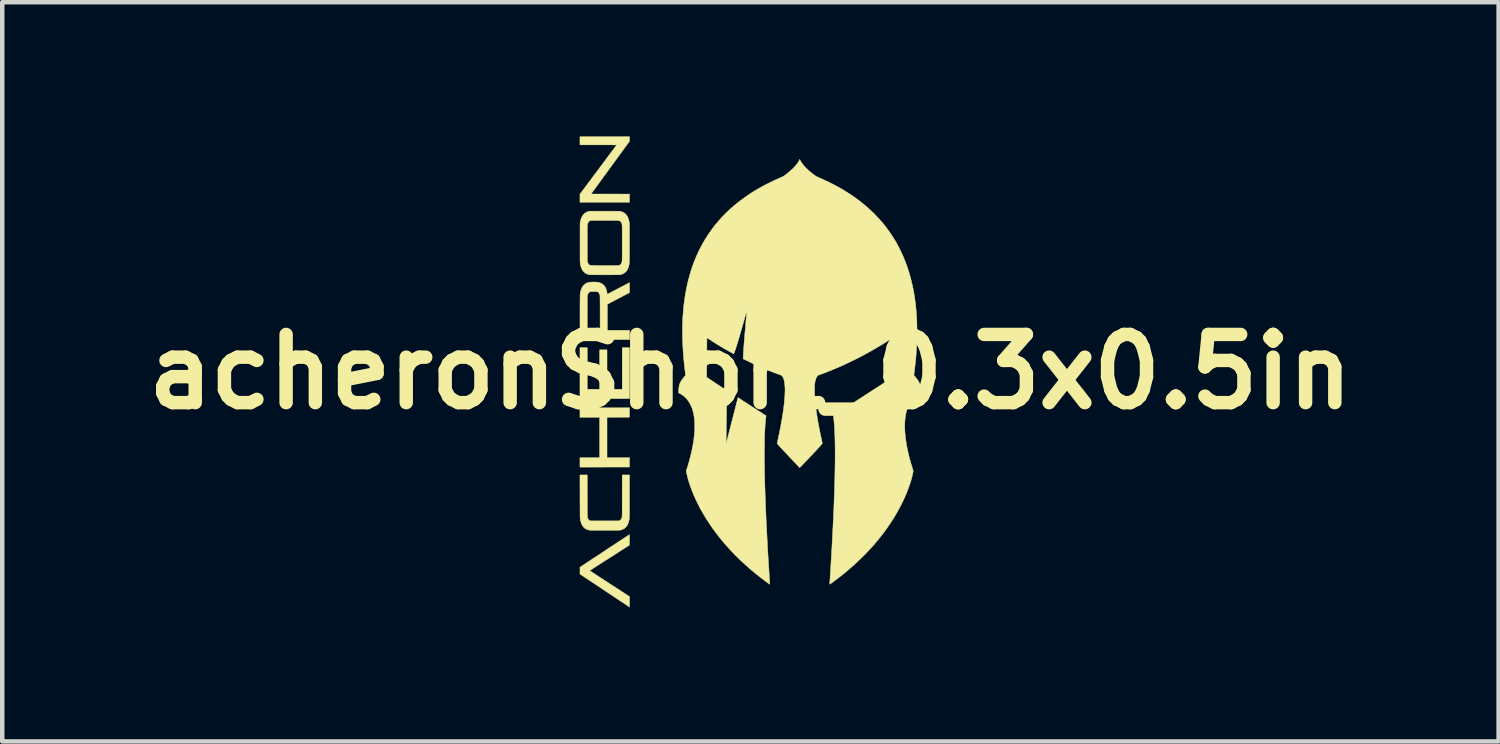
<source format=kicad_pcb>
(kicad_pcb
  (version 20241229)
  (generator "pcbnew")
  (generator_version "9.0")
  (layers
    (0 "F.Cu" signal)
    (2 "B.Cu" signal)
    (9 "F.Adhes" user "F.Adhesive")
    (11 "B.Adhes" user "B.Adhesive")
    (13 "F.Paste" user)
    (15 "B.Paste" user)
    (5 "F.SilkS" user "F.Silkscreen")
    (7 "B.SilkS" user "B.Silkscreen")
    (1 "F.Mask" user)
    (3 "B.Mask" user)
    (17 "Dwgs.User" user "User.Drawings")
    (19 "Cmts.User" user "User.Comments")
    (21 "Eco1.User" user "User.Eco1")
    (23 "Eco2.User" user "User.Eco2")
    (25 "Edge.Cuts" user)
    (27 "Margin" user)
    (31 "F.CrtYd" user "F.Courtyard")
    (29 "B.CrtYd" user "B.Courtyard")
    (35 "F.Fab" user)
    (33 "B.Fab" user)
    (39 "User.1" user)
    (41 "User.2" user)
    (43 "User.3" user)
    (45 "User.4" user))
  (footprint "acheronShort_0.3x0.5in"
    (layer "F.Cu")
    (at 13.723 5.26)
    (property "Reference" "acheronShort_0.3x0.5in" (at 0 0 0) (layer "F.SilkS") (effects (font (size 1.524 1.524) (thickness 0.3))))
    (attr through_hole)
    (fp_poly (pts (xy -3.647 0.391) (xy -3.37 0.391) (xy -3.37 -0.49) (xy -3.205 -0.49) (xy -3.205 0.391) (xy -2.865 0.391) (xy -2.865 -0.538) (xy -2.702 -0.538) (xy -2.702 0.599) (xy -3.81 0.599) (xy -3.81 -0.538) (xy -3.647 -0.538) (xy -3.647 0.391)) (stroke (width 0.01) (type solid)) (fill yes) (layer "F.SilkS"))
    (fp_poly (pts (xy -2.703 0.91) (xy -2.704 1.015) (xy -3.205 1.016) (xy -3.205 1.92) (xy -2.702 1.92) (xy -2.703 2.025) (xy -2.704 2.13) (xy -3.257 2.13) (xy -3.81 2.131) (xy -3.81 1.92) (xy -3.37 1.92) (xy -3.37 1.016) (xy -3.81 1.016) (xy -3.81 0.805) (xy -2.702 0.805) (xy -2.703 0.91)) (stroke (width 0.01) (type solid)) (fill yes) (layer "F.SilkS"))
    (fp_poly (pts (xy -2.702 -5.203) (xy -2.703 -5.152) (xy -3.133 -4.563) (xy -3.563 -3.973) (xy -3.133 -3.973) (xy -2.702 -3.972) (xy -2.702 -3.789) (xy -3.81 -3.789) (xy -3.81 -3.97) (xy -3.399 -4.52) (xy -3.364 -4.567) (xy -3.33 -4.613) (xy -3.297 -4.657) (xy -3.264 -4.701) (xy -3.233 -4.742) (xy -3.203 -4.783) (xy -3.175 -4.821) (xy -3.148 -4.857) (xy -3.123 -4.891) (xy -3.099 -4.922) (xy -3.078 -4.951) (xy -3.058 -4.977) (xy -3.041 -5.001) (xy -3.026 -5.021) (xy -3.013 -5.038) (xy -3.003 -5.052) (xy -2.996 -5.062) (xy -2.991 -5.068) (xy -2.989 -5.071) (xy -2.989 -5.071) (xy -2.992 -5.071) (xy -2.999 -5.071) (xy -3.011 -5.071) (xy -3.027 -5.071) (xy -3.047 -5.071) (xy -3.071 -5.071) (xy -3.098 -5.071) (xy -3.129 -5.072) (xy -3.162 -5.072) (xy -3.199 -5.072) (xy -3.237 -5.072) (xy -3.278 -5.072) (xy -3.321 -5.072) (xy -3.365 -5.072) (xy -3.399 -5.072) (xy -3.81 -5.072) (xy -3.81 -5.255) (xy -2.702 -5.255) (xy -2.702 -5.203)) (stroke (width 0.01) (type solid)) (fill yes) (layer "F.SilkS"))
    (fp_poly (pts (xy -2.703 3.642) (xy -2.703 3.649) (xy -2.703 3.66) (xy -2.703 3.675) (xy -2.703 3.693) (xy -2.703 3.713) (xy -2.703 3.735) (xy -2.703 3.757) (xy -2.704 3.874) (xy -3.148 4.159) (xy -3.203 4.194) (xy -3.254 4.226) (xy -3.301 4.256) (xy -3.343 4.284) (xy -3.382 4.309) (xy -3.417 4.331) (xy -3.449 4.352) (xy -3.477 4.37) (xy -3.502 4.386) (xy -3.523 4.4) (xy -3.541 4.412) (xy -3.556 4.422) (xy -3.569 4.43) (xy -3.578 4.437) (xy -3.585 4.441) (xy -3.589 4.444) (xy -3.59 4.446) (xy -3.59 4.446) (xy -3.588 4.448) (xy -3.581 4.452) (xy -3.571 4.459) (xy -3.557 4.468) (xy -3.54 4.479) (xy -3.519 4.493) (xy -3.495 4.508) (xy -3.469 4.526) (xy -3.439 4.545) (xy -3.408 4.566) (xy -3.374 4.588) (xy -3.338 4.611) (xy -3.3 4.636) (xy -3.26 4.662) (xy -3.219 4.688) (xy -3.177 4.716) (xy -3.145 4.737) (xy -2.702 5.025) (xy -2.702 5.141) (xy -2.702 5.165) (xy -2.702 5.187) (xy -2.702 5.207) (xy -2.702 5.224) (xy -2.703 5.238) (xy -2.703 5.249) (xy -2.703 5.255) (xy -2.703 5.257) (xy -2.705 5.256) (xy -2.711 5.252) (xy -2.721 5.245) (xy -2.735 5.236) (xy -2.752 5.224) (xy -2.773 5.211) (xy -2.797 5.195) (xy -2.824 5.177) (xy -2.853 5.157) (xy -2.886 5.136) (xy -2.921 5.113) (xy -2.958 5.088) (xy -2.997 5.062) (xy -3.038 5.035) (xy -3.081 5.006) (xy -3.126 4.976) (xy -3.172 4.946) (xy -3.219 4.915) (xy -3.256 4.889) (xy -3.809 4.522) (xy -3.809 4.445) (xy -3.81 4.369) (xy -3.257 4.004) (xy -3.209 3.972) (xy -3.162 3.941) (xy -3.117 3.911) (xy -3.072 3.882) (xy -3.03 3.854) (xy -2.989 3.827) (xy -2.95 3.801) (xy -2.914 3.777) (xy -2.879 3.755) (xy -2.847 3.734) (xy -2.818 3.715) (xy -2.792 3.697) (xy -2.769 3.682) (xy -2.749 3.669) (xy -2.732 3.658) (xy -2.72 3.65) (xy -2.71 3.644) (xy -2.705 3.64) (xy -2.704 3.639) (xy -2.703 3.642)) (stroke (width 0.01) (type solid)) (fill yes) (layer "F.SilkS"))
    (fp_poly (pts (xy -3.646 2.77) (xy -3.646 2.828) (xy -3.646 2.881) (xy -3.646 2.93) (xy -3.646 2.974) (xy -3.646 3.014) (xy -3.646 3.05) (xy -3.646 3.082) (xy -3.646 3.111) (xy -3.645 3.137) (xy -3.645 3.159) (xy -3.645 3.179) (xy -3.644 3.196) (xy -3.644 3.21) (xy -3.643 3.223) (xy -3.643 3.233) (xy -3.642 3.242) (xy -3.641 3.25) (xy -3.64 3.256) (xy -3.639 3.261) (xy -3.638 3.265) (xy -3.637 3.269) (xy -3.635 3.273) (xy -3.634 3.276) (xy -3.632 3.279) (xy -3.63 3.283) (xy -3.629 3.285) (xy -3.619 3.302) (xy -3.604 3.316) (xy -3.586 3.327) (xy -3.572 3.333) (xy -2.94 3.333) (xy -2.925 3.327) (xy -2.909 3.317) (xy -2.895 3.304) (xy -2.884 3.288) (xy -2.876 3.268) (xy -2.871 3.252) (xy -2.87 3.25) (xy -2.87 3.247) (xy -2.869 3.244) (xy -2.869 3.24) (xy -2.869 3.234) (xy -2.868 3.228) (xy -2.868 3.22) (xy -2.868 3.21) (xy -2.867 3.199) (xy -2.867 3.185) (xy -2.867 3.169) (xy -2.867 3.15) (xy -2.867 3.129) (xy -2.866 3.104) (xy -2.866 3.076) (xy -2.866 3.045) (xy -2.866 3.01) (xy -2.866 2.971) (xy -2.866 2.927) (xy -2.866 2.88) (xy -2.866 2.827) (xy -2.866 2.77) (xy -2.866 2.77) (xy -2.865 2.306) (xy -2.702 2.306) (xy -2.703 2.787) (xy -2.703 2.845) (xy -2.703 2.899) (xy -2.703 2.948) (xy -2.703 2.992) (xy -2.703 3.032) (xy -2.704 3.069) (xy -2.704 3.101) (xy -2.704 3.131) (xy -2.704 3.156) (xy -2.704 3.179) (xy -2.704 3.199) (xy -2.705 3.216) (xy -2.705 3.231) (xy -2.705 3.244) (xy -2.705 3.255) (xy -2.706 3.264) (xy -2.706 3.272) (xy -2.706 3.278) (xy -2.707 3.283) (xy -2.707 3.288) (xy -2.708 3.292) (xy -2.708 3.295) (xy -2.715 3.331) (xy -2.724 3.363) (xy -2.735 3.393) (xy -2.748 3.421) (xy -2.755 3.435) (xy -2.774 3.461) (xy -2.796 3.484) (xy -2.821 3.504) (xy -2.85 3.52) (xy -2.882 3.532) (xy -2.912 3.54) (xy -2.916 3.54) (xy -2.92 3.541) (xy -2.926 3.541) (xy -2.933 3.542) (xy -2.941 3.542) (xy -2.951 3.543) (xy -2.964 3.543) (xy -2.979 3.543) (xy -2.997 3.543) (xy -3.018 3.544) (xy -3.042 3.544) (xy -3.07 3.544) (xy -3.102 3.544) (xy -3.138 3.544) (xy -3.179 3.544) (xy -3.224 3.544) (xy -3.237 3.544) (xy -3.276 3.544) (xy -3.314 3.544) (xy -3.351 3.544) (xy -3.385 3.544) (xy -3.418 3.544) (xy -3.447 3.544) (xy -3.474 3.544) (xy -3.498 3.544) (xy -3.518 3.544) (xy -3.535 3.544) (xy -3.547 3.544) (xy -3.555 3.544) (xy -3.557 3.544) (xy -3.595 3.54) (xy -3.629 3.532) (xy -3.66 3.521) (xy -3.689 3.505) (xy -3.714 3.486) (xy -3.736 3.463) (xy -3.755 3.435) (xy -3.772 3.404) (xy -3.786 3.368) (xy -3.797 3.328) (xy -3.804 3.291) (xy -3.804 3.287) (xy -3.805 3.283) (xy -3.805 3.279) (xy -3.806 3.273) (xy -3.806 3.266) (xy -3.806 3.258) (xy -3.807 3.248) (xy -3.807 3.236) (xy -3.807 3.222) (xy -3.807 3.205) (xy -3.808 3.187) (xy -3.808 3.165) (xy -3.808 3.141) (xy -3.808 3.113) (xy -3.808 3.082) (xy -3.808 3.047) (xy -3.808 3.008) (xy -3.809 2.965) (xy -3.809 2.918) (xy -3.809 2.867) (xy -3.809 2.81) (xy -3.809 2.785) (xy -3.81 2.306) (xy -3.647 2.306) (xy -3.646 2.77)) (stroke (width 0.01) (type solid)) (fill yes) (layer "F.SilkS"))
    (fp_poly (pts (xy -3.461 -2.006) (xy -3.445 -2.005) (xy -3.436 -2.004) (xy -3.4 -1.999) (xy -3.369 -1.991) (xy -3.34 -1.979) (xy -3.312 -1.963) (xy -3.311 -1.962) (xy -3.287 -1.944) (xy -3.266 -1.923) (xy -3.249 -1.899) (xy -3.234 -1.871) (xy -3.221 -1.84) (xy -3.211 -1.804) (xy -3.204 -1.764) (xy -3.203 -1.761) (xy -3.199 -1.732) (xy -2.952 -1.862) (xy -2.92 -1.879) (xy -2.888 -1.896) (xy -2.858 -1.911) (xy -2.829 -1.926) (xy -2.803 -1.94) (xy -2.78 -1.952) (xy -2.759 -1.963) (xy -2.741 -1.972) (xy -2.726 -1.98) (xy -2.715 -1.986) (xy -2.707 -1.99) (xy -2.704 -1.991) (xy -2.704 -1.991) (xy -2.704 -1.989) (xy -2.703 -1.982) (xy -2.703 -1.971) (xy -2.703 -1.956) (xy -2.703 -1.938) (xy -2.702 -1.918) (xy -2.702 -1.896) (xy -2.702 -1.881) (xy -2.702 -1.77) (xy -2.713 -1.764) (xy -2.717 -1.762) (xy -2.725 -1.758) (xy -2.736 -1.752) (xy -2.752 -1.744) (xy -2.77 -1.734) (xy -2.792 -1.723) (xy -2.816 -1.71) (xy -2.842 -1.696) (xy -2.871 -1.681) (xy -2.901 -1.665) (xy -2.932 -1.649) (xy -2.955 -1.637) (xy -2.987 -1.62) (xy -3.018 -1.604) (xy -3.047 -1.589) (xy -3.074 -1.574) (xy -3.1 -1.561) (xy -3.123 -1.549) (xy -3.143 -1.538) (xy -3.16 -1.529) (xy -3.174 -1.522) (xy -3.184 -1.516) (xy -3.19 -1.513) (xy -3.192 -1.512) (xy -3.198 -1.508) (xy -3.198 -0.927) (xy -2.702 -0.927) (xy -2.702 -0.719) (xy -3.81 -0.719) (xy -3.809 -0.927) (xy -3.647 -0.927) (xy -3.36 -0.927) (xy -3.36 -1.306) (xy -3.36 -1.359) (xy -3.36 -1.407) (xy -3.36 -1.451) (xy -3.36 -1.49) (xy -3.36 -1.525) (xy -3.361 -1.557) (xy -3.361 -1.584) (xy -3.361 -1.608) (xy -3.361 -1.629) (xy -3.361 -1.647) (xy -3.362 -1.661) (xy -3.362 -1.674) (xy -3.362 -1.684) (xy -3.363 -1.692) (xy -3.363 -1.698) (xy -3.363 -1.702) (xy -3.364 -1.704) (xy -3.369 -1.728) (xy -3.377 -1.748) (xy -3.388 -1.764) (xy -3.401 -1.777) (xy -3.415 -1.785) (xy -3.432 -1.794) (xy -3.575 -1.794) (xy -3.589 -1.787) (xy -3.606 -1.776) (xy -3.62 -1.761) (xy -3.631 -1.742) (xy -3.64 -1.719) (xy -3.641 -1.713) (xy -3.642 -1.71) (xy -3.642 -1.707) (xy -3.643 -1.703) (xy -3.643 -1.697) (xy -3.644 -1.691) (xy -3.644 -1.683) (xy -3.644 -1.673) (xy -3.645 -1.66) (xy -3.645 -1.646) (xy -3.645 -1.629) (xy -3.645 -1.609) (xy -3.645 -1.586) (xy -3.646 -1.56) (xy -3.646 -1.53) (xy -3.646 -1.497) (xy -3.646 -1.459) (xy -3.646 -1.417) (xy -3.646 -1.371) (xy -3.646 -1.32) (xy -3.646 -1.311) (xy -3.647 -0.927) (xy -3.809 -0.927) (xy -3.809 -1.222) (xy -3.809 -1.283) (xy -3.809 -1.339) (xy -3.809 -1.39) (xy -3.809 -1.436) (xy -3.809 -1.479) (xy -3.808 -1.518) (xy -3.808 -1.552) (xy -3.808 -1.584) (xy -3.808 -1.612) (xy -3.808 -1.637) (xy -3.807 -1.659) (xy -3.807 -1.679) (xy -3.807 -1.696) (xy -3.806 -1.711) (xy -3.806 -1.724) (xy -3.805 -1.735) (xy -3.804 -1.745) (xy -3.803 -1.754) (xy -3.803 -1.761) (xy -3.802 -1.768) (xy -3.8 -1.774) (xy -3.799 -1.78) (xy -3.798 -1.786) (xy -3.796 -1.791) (xy -3.795 -1.797) (xy -3.793 -1.804) (xy -3.792 -1.807) (xy -3.782 -1.84) (xy -3.771 -1.868) (xy -3.757 -1.893) (xy -3.741 -1.916) (xy -3.722 -1.938) (xy -3.714 -1.946) (xy -3.694 -1.962) (xy -3.673 -1.976) (xy -3.65 -1.987) (xy -3.623 -1.995) (xy -3.604 -2) (xy -3.594 -2.002) (xy -3.579 -2.003) (xy -3.562 -2.004) (xy -3.542 -2.005) (xy -3.522 -2.006) (xy -3.5 -2.006) (xy -3.48 -2.006) (xy -3.461 -2.006)) (stroke (width 0.01) (type solid)) (fill yes) (layer "F.SilkS"))
    (fp_poly (pts (xy -3.21 -3.59) (xy -3.167 -3.59) (xy -3.128 -3.59) (xy -3.093 -3.59) (xy -3.062 -3.59) (xy -3.035 -3.59) (xy -3.012 -3.59) (xy -2.992 -3.589) (xy -2.974 -3.589) (xy -2.959 -3.589) (xy -2.947 -3.589) (xy -2.937 -3.589) (xy -2.928 -3.588) (xy -2.921 -3.588) (xy -2.916 -3.587) (xy -2.911 -3.587) (xy -2.908 -3.586) (xy -2.904 -3.586) (xy -2.902 -3.585) (xy -2.87 -3.576) (xy -2.843 -3.564) (xy -2.818 -3.549) (xy -2.795 -3.53) (xy -2.786 -3.521) (xy -2.765 -3.496) (xy -2.748 -3.468) (xy -2.733 -3.437) (xy -2.721 -3.401) (xy -2.712 -3.362) (xy -2.708 -3.34) (xy -2.708 -3.336) (xy -2.707 -3.332) (xy -2.707 -3.327) (xy -2.706 -3.321) (xy -2.706 -3.315) (xy -2.705 -3.307) (xy -2.705 -3.297) (xy -2.705 -3.286) (xy -2.705 -3.273) (xy -2.704 -3.257) (xy -2.704 -3.239) (xy -2.704 -3.219) (xy -2.704 -3.195) (xy -2.704 -3.168) (xy -2.704 -3.138) (xy -2.704 -3.104) (xy -2.704 -3.067) (xy -2.704 -3.025) (xy -2.704 -2.978) (xy -2.704 -2.927) (xy -2.704 -2.881) (xy -2.704 -2.825) (xy -2.704 -2.774) (xy -2.704 -2.728) (xy -2.704 -2.686) (xy -2.704 -2.648) (xy -2.704 -2.613) (xy -2.704 -2.583) (xy -2.704 -2.555) (xy -2.704 -2.531) (xy -2.704 -2.51) (xy -2.705 -2.491) (xy -2.705 -2.475) (xy -2.706 -2.461) (xy -2.706 -2.448) (xy -2.707 -2.437) (xy -2.707 -2.428) (xy -2.708 -2.42) (xy -2.709 -2.412) (xy -2.71 -2.406) (xy -2.711 -2.399) (xy -2.712 -2.393) (xy -2.713 -2.387) (xy -2.715 -2.38) (xy -2.715 -2.377) (xy -2.724 -2.347) (xy -2.735 -2.317) (xy -2.748 -2.288) (xy -2.763 -2.262) (xy -2.771 -2.252) (xy -2.79 -2.23) (xy -2.814 -2.211) (xy -2.84 -2.195) (xy -2.87 -2.182) (xy -2.892 -2.175) (xy -2.917 -2.168) (xy -3.247 -2.167) (xy -3.288 -2.167) (xy -3.327 -2.167) (xy -3.366 -2.167) (xy -3.402 -2.167) (xy -3.436 -2.168) (xy -3.467 -2.168) (xy -3.496 -2.168) (xy -3.522 -2.168) (xy -3.544 -2.168) (xy -3.562 -2.168) (xy -3.577 -2.169) (xy -3.586 -2.169) (xy -3.592 -2.169) (xy -3.592 -2.169) (xy -3.626 -2.176) (xy -3.658 -2.188) (xy -3.686 -2.203) (xy -3.712 -2.223) (xy -3.724 -2.234) (xy -3.743 -2.257) (xy -3.76 -2.282) (xy -3.774 -2.31) (xy -3.786 -2.341) (xy -3.795 -2.376) (xy -3.803 -2.416) (xy -3.804 -2.42) (xy -3.804 -2.424) (xy -3.805 -2.429) (xy -3.805 -2.433) (xy -3.806 -2.439) (xy -3.806 -2.445) (xy -3.807 -2.453) (xy -3.807 -2.462) (xy -3.807 -2.473) (xy -3.807 -2.486) (xy -3.808 -2.501) (xy -3.808 -2.519) (xy -3.808 -2.539) (xy -3.808 -2.562) (xy -3.808 -2.588) (xy -3.808 -2.618) (xy -3.808 -2.651) (xy -3.808 -2.689) (xy -3.808 -2.73) (xy -3.808 -2.776) (xy -3.808 -2.826) (xy -3.808 -2.879) (xy -3.646 -2.879) (xy -3.646 -2.826) (xy -3.646 -2.778) (xy -3.646 -2.735) (xy -3.646 -2.696) (xy -3.646 -2.661) (xy -3.646 -2.63) (xy -3.646 -2.602) (xy -3.645 -2.578) (xy -3.645 -2.557) (xy -3.645 -2.539) (xy -3.645 -2.524) (xy -3.645 -2.511) (xy -3.645 -2.5) (xy -3.644 -2.49) (xy -3.644 -2.483) (xy -3.644 -2.477) (xy -3.643 -2.472) (xy -3.643 -2.468) (xy -3.642 -2.464) (xy -3.641 -2.461) (xy -3.641 -2.46) (xy -3.634 -2.436) (xy -3.625 -2.417) (xy -3.614 -2.401) (xy -3.599 -2.39) (xy -3.582 -2.382) (xy -3.573 -2.379) (xy -3.569 -2.378) (xy -3.559 -2.378) (xy -3.545 -2.377) (xy -3.528 -2.377) (xy -3.507 -2.376) (xy -3.482 -2.376) (xy -3.455 -2.375) (xy -3.426 -2.375) (xy -3.395 -2.375) (xy -3.362 -2.375) (xy -3.328 -2.375) (xy -3.293 -2.375) (xy -3.257 -2.374) (xy -3.222 -2.374) (xy -3.187 -2.374) (xy -3.153 -2.375) (xy -3.12 -2.375) (xy -3.089 -2.375) (xy -3.059 -2.375) (xy -3.032 -2.375) (xy -3.008 -2.376) (xy -2.987 -2.376) (xy -2.969 -2.377) (xy -2.955 -2.377) (xy -2.945 -2.378) (xy -2.941 -2.378) (xy -2.921 -2.385) (xy -2.905 -2.395) (xy -2.892 -2.41) (xy -2.881 -2.428) (xy -2.873 -2.451) (xy -2.871 -2.461) (xy -2.87 -2.464) (xy -2.87 -2.468) (xy -2.869 -2.472) (xy -2.869 -2.476) (xy -2.868 -2.482) (xy -2.868 -2.489) (xy -2.868 -2.498) (xy -2.867 -2.508) (xy -2.867 -2.521) (xy -2.867 -2.535) (xy -2.867 -2.553) (xy -2.866 -2.573) (xy -2.866 -2.596) (xy -2.866 -2.622) (xy -2.866 -2.652) (xy -2.866 -2.686) (xy -2.866 -2.724) (xy -2.866 -2.766) (xy -2.866 -2.812) (xy -2.866 -2.864) (xy -2.866 -2.879) (xy -2.866 -2.931) (xy -2.866 -2.979) (xy -2.866 -3.023) (xy -2.866 -3.061) (xy -2.866 -3.096) (xy -2.866 -3.127) (xy -2.866 -3.155) (xy -2.866 -3.179) (xy -2.867 -3.199) (xy -2.867 -3.218) (xy -2.867 -3.233) (xy -2.867 -3.246) (xy -2.867 -3.257) (xy -2.868 -3.266) (xy -2.868 -3.274) (xy -2.868 -3.28) (xy -2.869 -3.285) (xy -2.869 -3.289) (xy -2.87 -3.292) (xy -2.871 -3.295) (xy -2.871 -3.296) (xy -2.878 -3.321) (xy -2.887 -3.341) (xy -2.9 -3.357) (xy -2.915 -3.369) (xy -2.933 -3.377) (xy -2.945 -3.38) (xy -2.949 -3.381) (xy -2.956 -3.381) (xy -2.967 -3.382) (xy -2.981 -3.382) (xy -2.999 -3.382) (xy -3.021 -3.382) (xy -3.047 -3.382) (xy -3.077 -3.383) (xy -3.111 -3.383) (xy -3.15 -3.383) (xy -3.193 -3.383) (xy -3.242 -3.382) (xy -3.265 -3.382) (xy -3.57 -3.382) (xy -3.585 -3.376) (xy -3.602 -3.366) (xy -3.616 -3.353) (xy -3.628 -3.336) (xy -3.637 -3.314) (xy -3.641 -3.298) (xy -3.642 -3.295) (xy -3.642 -3.292) (xy -3.643 -3.288) (xy -3.643 -3.284) (xy -3.644 -3.279) (xy -3.644 -3.272) (xy -3.644 -3.264) (xy -3.645 -3.254) (xy -3.645 -3.242) (xy -3.645 -3.228) (xy -3.645 -3.212) (xy -3.645 -3.192) (xy -3.646 -3.17) (xy -3.646 -3.145) (xy -3.646 -3.116) (xy -3.646 -3.083) (xy -3.646 -3.047) (xy -3.646 -3.006) (xy -3.646 -2.961) (xy -3.646 -2.911) (xy -3.646 -2.879) (xy -3.808 -2.879) (xy -3.808 -2.934) (xy -3.808 -2.984) (xy -3.808 -3.029) (xy -3.808 -3.071) (xy -3.808 -3.108) (xy -3.808 -3.141) (xy -3.808 -3.17) (xy -3.808 -3.197) (xy -3.808 -3.22) (xy -3.808 -3.24) (xy -3.808 -3.257) (xy -3.807 -3.272) (xy -3.807 -3.285) (xy -3.807 -3.296) (xy -3.807 -3.305) (xy -3.806 -3.313) (xy -3.806 -3.319) (xy -3.805 -3.324) (xy -3.805 -3.329) (xy -3.804 -3.333) (xy -3.804 -3.337) (xy -3.796 -3.376) (xy -3.787 -3.411) (xy -3.776 -3.443) (xy -3.762 -3.471) (xy -3.746 -3.496) (xy -3.739 -3.505) (xy -3.72 -3.527) (xy -3.701 -3.544) (xy -3.68 -3.559) (xy -3.657 -3.57) (xy -3.63 -3.58) (xy -3.62 -3.583) (xy -3.595 -3.59) (xy -3.258 -3.59) (xy -3.21 -3.59)) (stroke (width 0.01) (type solid)) (fill yes) (layer "F.SilkS"))
    (fp_poly (pts (xy 1.113 -4.726) (xy 1.133 -4.692) (xy 1.156 -4.656) (xy 1.185 -4.62) (xy 1.217 -4.582) (xy 1.254 -4.545) (xy 1.295 -4.506) (xy 1.339 -4.468) (xy 1.387 -4.429) (xy 1.408 -4.413) (xy 1.426 -4.4) (xy 1.441 -4.389) (xy 1.453 -4.38) (xy 1.464 -4.372) (xy 1.475 -4.366) (xy 1.485 -4.361) (xy 1.497 -4.355) (xy 1.51 -4.349) (xy 1.527 -4.342) (xy 1.527 -4.342) (xy 1.604 -4.308) (xy 1.682 -4.272) (xy 1.76 -4.235) (xy 1.837 -4.196) (xy 1.911 -4.157) (xy 1.982 -4.119) (xy 2.009 -4.104) (xy 2.116 -4.04) (xy 2.219 -3.975) (xy 2.317 -3.909) (xy 2.412 -3.84) (xy 2.503 -3.769) (xy 2.59 -3.696) (xy 2.675 -3.62) (xy 2.758 -3.541) (xy 2.767 -3.532) (xy 2.825 -3.472) (xy 2.879 -3.414) (xy 2.931 -3.356) (xy 2.981 -3.296) (xy 3.03 -3.234) (xy 3.054 -3.201) (xy 3.126 -3.102) (xy 3.193 -2.999) (xy 3.257 -2.894) (xy 3.316 -2.786) (xy 3.371 -2.674) (xy 3.422 -2.56) (xy 3.47 -2.442) (xy 3.513 -2.322) (xy 3.552 -2.198) (xy 3.587 -2.071) (xy 3.618 -1.942) (xy 3.646 -1.809) (xy 3.669 -1.673) (xy 3.688 -1.534) (xy 3.703 -1.392) (xy 3.714 -1.247) (xy 3.721 -1.099) (xy 3.724 -0.947) (xy 3.723 -0.793) (xy 3.723 -0.792) (xy 3.721 -0.692) (xy 3.717 -0.594) (xy 3.711 -0.497) (xy 3.705 -0.4) (xy 3.697 -0.301) (xy 3.687 -0.2) (xy 3.675 -0.096) (xy 3.666 -0.017) (xy 3.654 0.076) (xy 3.691 0.121) (xy 3.715 0.152) (xy 3.736 0.18) (xy 3.753 0.206) (xy 3.768 0.231) (xy 3.779 0.256) (xy 3.789 0.28) (xy 3.796 0.306) (xy 3.801 0.333) (xy 3.805 0.362) (xy 3.807 0.395) (xy 3.809 0.424) (xy 3.81 0.471) (xy 3.785 0.484) (xy 3.746 0.506) (xy 3.711 0.531) (xy 3.678 0.558) (xy 3.65 0.584) (xy 3.625 0.611) (xy 3.603 0.638) (xy 3.584 0.666) (xy 3.565 0.696) (xy 3.547 0.729) (xy 3.543 0.737) (xy 3.519 0.79) (xy 3.499 0.847) (xy 3.482 0.908) (xy 3.469 0.973) (xy 3.459 1.041) (xy 3.452 1.113) (xy 3.449 1.188) (xy 3.45 1.267) (xy 3.454 1.35) (xy 3.462 1.436) (xy 3.473 1.526) (xy 3.486 1.611) (xy 3.498 1.68) (xy 3.513 1.753) (xy 3.53 1.827) (xy 3.548 1.903) (xy 3.568 1.978) (xy 3.59 2.053) (xy 3.612 2.126) (xy 3.613 2.13) (xy 3.618 2.146) (xy 3.623 2.162) (xy 3.628 2.177) (xy 3.632 2.19) (xy 3.634 2.197) (xy 3.64 2.218) (xy 3.633 2.254) (xy 3.619 2.319) (xy 3.601 2.388) (xy 3.581 2.46) (xy 3.556 2.533) (xy 3.529 2.609) (xy 3.5 2.686) (xy 3.467 2.764) (xy 3.432 2.843) (xy 3.395 2.921) (xy 3.355 3) (xy 3.329 3.049) (xy 3.261 3.172) (xy 3.188 3.292) (xy 3.11 3.412) (xy 3.028 3.53) (xy 2.941 3.646) (xy 2.849 3.761) (xy 2.753 3.875) (xy 2.652 3.986) (xy 2.547 4.096) (xy 2.437 4.203) (xy 2.324 4.309) (xy 2.206 4.413) (xy 2.085 4.514) (xy 1.959 4.614) (xy 1.833 4.708) (xy 1.818 4.719) (xy 1.804 4.728) (xy 1.792 4.736) (xy 1.783 4.743) (xy 1.777 4.747) (xy 1.774 4.748) (xy 1.773 4.748) (xy 1.773 4.746) (xy 1.773 4.738) (xy 1.774 4.727) (xy 1.775 4.711) (xy 1.776 4.693) (xy 1.777 4.672) (xy 1.778 4.648) (xy 1.78 4.622) (xy 1.781 4.6) (xy 1.793 4.416) (xy 1.804 4.236) (xy 1.814 4.06) (xy 1.824 3.888) (xy 1.833 3.72) (xy 1.841 3.556) (xy 1.849 3.396) (xy 1.857 3.241) (xy 1.863 3.089) (xy 1.869 2.942) (xy 1.874 2.799) (xy 1.879 2.661) (xy 1.883 2.527) (xy 1.887 2.397) (xy 1.889 2.272) (xy 1.891 2.151) (xy 1.893 2.035) (xy 1.894 1.924) (xy 1.894 1.818) (xy 1.894 1.716) (xy 1.892 1.619) (xy 1.891 1.527) (xy 1.888 1.439) (xy 1.885 1.357) (xy 1.882 1.286) (xy 1.88 1.258) (xy 1.878 1.228) (xy 1.876 1.197) (xy 1.874 1.165) (xy 1.871 1.135) (xy 1.868 1.105) (xy 1.866 1.077) (xy 1.863 1.052) (xy 1.861 1.03) (xy 1.858 1.011) (xy 1.857 1.001) (xy 1.856 0.991) (xy 1.856 0.986) (xy 1.857 0.984) (xy 1.86 0.982) (xy 1.866 0.978) (xy 1.876 0.971) (xy 1.89 0.962) (xy 1.907 0.951) (xy 1.928 0.938) (xy 1.952 0.922) (xy 1.978 0.905) (xy 2.007 0.886) (xy 2.039 0.865) (xy 2.073 0.843) (xy 2.109 0.82) (xy 2.147 0.795) (xy 2.186 0.77) (xy 2.227 0.743) (xy 2.269 0.716) (xy 2.312 0.688) (xy 2.356 0.659) (xy 2.401 0.63) (xy 2.446 0.601) (xy 2.492 0.571) (xy 2.537 0.541) (xy 2.582 0.512) (xy 2.627 0.483) (xy 2.672 0.454) (xy 2.715 0.426) (xy 2.758 0.398) (xy 2.8 0.371) (xy 2.84 0.345) (xy 2.879 0.32) (xy 2.916 0.296) (xy 2.95 0.273) (xy 2.983 0.252) (xy 3.014 0.232) (xy 3.042 0.214) (xy 3.067 0.198) (xy 3.089 0.183) (xy 3.108 0.171) (xy 3.124 0.161) (xy 3.136 0.153) (xy 3.142 0.149) (xy 3.182 0.123) (xy 3.182 -0.053) (xy 3.182 -0.092) (xy 3.182 -0.133) (xy 3.182 -0.175) (xy 3.182 -0.217) (xy 3.181 -0.26) (xy 3.181 -0.302) (xy 3.181 -0.345) (xy 3.181 -0.387) (xy 3.18 -0.429) (xy 3.18 -0.469) (xy 3.18 -0.508) (xy 3.18 -0.545) (xy 3.179 -0.58) (xy 3.179 -0.613) (xy 3.179 -0.644) (xy 3.179 -0.671) (xy 3.178 -0.695) (xy 3.178 -0.716) (xy 3.178 -0.733) (xy 3.177 -0.746) (xy 3.177 -0.754) (xy 3.177 -0.758) (xy 3.177 -0.758) (xy 3.174 -0.757) (xy 3.168 -0.754) (xy 3.159 -0.748) (xy 3.147 -0.74) (xy 3.133 -0.731) (xy 3.117 -0.721) (xy 3.108 -0.715) (xy 2.976 -0.63) (xy 2.839 -0.547) (xy 2.697 -0.465) (xy 2.552 -0.385) (xy 2.404 -0.307) (xy 2.252 -0.232) (xy 2.098 -0.16) (xy 2.045 -0.135) (xy 1.995 -0.113) (xy 1.943 -0.091) (xy 1.89 -0.068) (xy 1.837 -0.046) (xy 1.784 -0.025) (xy 1.733 -0.004) (xy 1.683 0.016) (xy 1.635 0.034) (xy 1.591 0.05) (xy 1.55 0.064) (xy 1.549 0.065) (xy 1.535 0.07) (xy 1.525 0.073) (xy 1.518 0.077) (xy 1.512 0.08) (xy 1.507 0.084) (xy 1.502 0.089) (xy 1.5 0.091) (xy 1.485 0.111) (xy 1.472 0.135) (xy 1.461 0.164) (xy 1.451 0.197) (xy 1.443 0.236) (xy 1.437 0.278) (xy 1.437 0.281) (xy 1.436 0.292) (xy 1.435 0.308) (xy 1.435 0.327) (xy 1.434 0.35) (xy 1.434 0.374) (xy 1.434 0.4) (xy 1.434 0.427) (xy 1.434 0.454) (xy 1.434 0.48) (xy 1.435 0.504) (xy 1.435 0.527) (xy 1.436 0.546) (xy 1.437 0.562) (xy 1.437 0.565) (xy 1.445 0.656) (xy 1.455 0.749) (xy 1.467 0.846) (xy 1.482 0.945) (xy 1.498 1.048) (xy 1.517 1.154) (xy 1.537 1.263) (xy 1.56 1.377) (xy 1.586 1.495) (xy 1.589 1.51) (xy 1.593 1.53) (xy 1.597 1.549) (xy 1.601 1.566) (xy 1.604 1.58) (xy 1.606 1.591) (xy 1.607 1.598) (xy 1.607 1.601) (xy 1.605 1.605) (xy 1.6 1.611) (xy 1.593 1.62) (xy 1.583 1.632) (xy 1.57 1.647) (xy 1.554 1.665) (xy 1.534 1.687) (xy 1.511 1.712) (xy 1.508 1.716) (xy 1.489 1.736) (xy 1.468 1.759) (xy 1.443 1.785) (xy 1.417 1.813) (xy 1.389 1.843) (xy 1.36 1.873) (xy 1.331 1.904) (xy 1.301 1.936) (xy 1.272 1.967) (xy 1.243 1.997) (xy 1.216 2.025) (xy 1.19 2.052) (xy 1.167 2.077) (xy 1.146 2.098) (xy 1.135 2.11) (xy 1.102 2.143) (xy 1.028 2.065) (xy 0.984 2.019) (xy 0.941 1.975) (xy 0.901 1.932) (xy 0.863 1.892) (xy 0.827 1.853) (xy 0.793 1.817) (xy 0.761 1.784) (xy 0.732 1.752) (xy 0.705 1.723) (xy 0.681 1.697) (xy 0.66 1.674) (xy 0.641 1.654) (xy 0.626 1.637) (xy 0.614 1.622) (xy 0.605 1.612) (xy 0.599 1.604) (xy 0.597 1.6) (xy 0.597 1.6) (xy 0.597 1.597) (xy 0.599 1.59) (xy 0.601 1.579) (xy 0.604 1.567) (xy 0.606 1.56) (xy 0.618 1.505) (xy 0.631 1.445) (xy 0.644 1.383) (xy 0.657 1.319) (xy 0.67 1.254) (xy 0.682 1.19) (xy 0.694 1.127) (xy 0.704 1.066) (xy 0.712 1.02) (xy 0.726 0.932) (xy 0.738 0.847) (xy 0.749 0.767) (xy 0.757 0.691) (xy 0.764 0.619) (xy 0.769 0.551) (xy 0.772 0.487) (xy 0.774 0.428) (xy 0.774 0.373) (xy 0.771 0.322) (xy 0.767 0.275) (xy 0.762 0.234) (xy 0.754 0.196) (xy 0.745 0.163) (xy 0.734 0.135) (xy 0.721 0.111) (xy 0.706 0.092) (xy 0.705 0.091) (xy 0.7 0.086) (xy 0.695 0.082) (xy 0.69 0.078) (xy 0.684 0.075) (xy 0.675 0.071) (xy 0.662 0.067) (xy 0.653 0.064) (xy 0.569 0.034) (xy 0.481 0.000397) (xy 0.39 -0.036) (xy 0.297 -0.075) (xy 0.2 -0.117) (xy 0.102 -0.162) (xy 0.066 -0.179) (xy 0.045 -0.188) (xy 0.023 -0.199) (xy 0.000094 -0.21) (xy -0.023 -0.221) (xy -0.045 -0.232) (xy -0.067 -0.243) (xy -0.088 -0.253) (xy -0.107 -0.262) (xy -0.124 -0.271) (xy -0.138 -0.278) (xy -0.149 -0.284) (xy -0.157 -0.288) (xy -0.161 -0.29) (xy -0.161 -0.29) (xy -0.162 -0.294) (xy -0.162 -0.303) (xy -0.162 -0.317) (xy -0.161 -0.335) (xy -0.16 -0.358) (xy -0.159 -0.386) (xy -0.157 -0.417) (xy -0.155 -0.453) (xy -0.152 -0.492) (xy -0.149 -0.536) (xy -0.147 -0.56) (xy -0.145 -0.587) (xy -0.143 -0.619) (xy -0.14 -0.655) (xy -0.137 -0.694) (xy -0.133 -0.737) (xy -0.129 -0.781) (xy -0.126 -0.828) (xy -0.122 -0.876) (xy -0.117 -0.924) (xy -0.113 -0.973) (xy -0.109 -1.022) (xy -0.105 -1.07) (xy -0.101 -1.116) (xy -0.097 -1.161) (xy -0.093 -1.203) (xy -0.09 -1.242) (xy -0.086 -1.278) (xy -0.085 -1.293) (xy -0.083 -1.312) (xy -0.082 -1.329) (xy -0.081 -1.343) (xy -0.08 -1.355) (xy -0.079 -1.363) (xy -0.079 -1.367) (xy -0.08 -1.366) (xy -0.081 -1.362) (xy -0.084 -1.353) (xy -0.088 -1.342) (xy -0.092 -1.328) (xy -0.093 -1.323) (xy -0.119 -1.232) (xy -0.143 -1.145) (xy -0.167 -1.063) (xy -0.189 -0.985) (xy -0.21 -0.913) (xy -0.229 -0.845) (xy -0.248 -0.782) (xy -0.265 -0.724) (xy -0.281 -0.671) (xy -0.296 -0.622) (xy -0.309 -0.579) (xy -0.322 -0.54) (xy -0.333 -0.506) (xy -0.343 -0.477) (xy -0.351 -0.452) (xy -0.359 -0.433) (xy -0.365 -0.419) (xy -0.37 -0.409) (xy -0.373 -0.404) (xy -0.375 -0.404) (xy -0.379 -0.405) (xy -0.385 -0.408) (xy -0.389 -0.41) (xy -0.394 -0.413) (xy -0.403 -0.418) (xy -0.415 -0.424) (xy -0.429 -0.432) (xy -0.445 -0.44) (xy -0.46 -0.448) (xy -0.535 -0.49) (xy -0.609 -0.532) (xy -0.68 -0.575) (xy -0.752 -0.619) (xy -0.825 -0.665) (xy -0.897 -0.712) (xy -0.914 -0.723) (xy -0.93 -0.733) (xy -0.944 -0.742) (xy -0.956 -0.75) (xy -0.964 -0.755) (xy -0.97 -0.758) (xy -0.971 -0.759) (xy -0.971 -0.756) (xy -0.972 -0.749) (xy -0.972 -0.737) (xy -0.972 -0.721) (xy -0.972 -0.702) (xy -0.972 -0.679) (xy -0.973 -0.652) (xy -0.973 -0.623) (xy -0.973 -0.591) (xy -0.973 -0.557) (xy -0.974 -0.522) (xy -0.974 -0.484) (xy -0.974 -0.445) (xy -0.975 -0.406) (xy -0.975 -0.366) (xy -0.975 -0.325) (xy -0.976 -0.285) (xy -0.976 -0.245) (xy -0.976 -0.205) (xy -0.976 -0.167) (xy -0.977 -0.129) (xy -0.977 -0.094) (xy -0.977 -0.06) (xy -0.977 -0.029) (xy -0.977 0.000078) (xy -0.978 0.026) (xy -0.978 0.049) (xy -0.978 0.068) (xy -0.978 0.083) (xy -0.978 0.089) (xy -0.978 0.122) (xy -0.526 0.422) (xy -0.527 0.472) (xy -0.528 0.482) (xy -0.528 0.496) (xy -0.528 0.514) (xy -0.528 0.536) (xy -0.529 0.562) (xy -0.529 0.591) (xy -0.53 0.622) (xy -0.53 0.657) (xy -0.531 0.694) (xy -0.531 0.733) (xy -0.532 0.774) (xy -0.533 0.817) (xy -0.533 0.861) (xy -0.534 0.906) (xy -0.535 0.952) (xy -0.535 0.999) (xy -0.536 1.045) (xy -0.536 1.092) (xy -0.537 1.138) (xy -0.538 1.184) (xy -0.538 1.229) (xy -0.539 1.272) (xy -0.539 1.315) (xy -0.54 1.355) (xy -0.54 1.394) (xy -0.541 1.43) (xy -0.541 1.464) (xy -0.542 1.495) (xy -0.542 1.522) (xy -0.542 1.547) (xy -0.543 1.568) (xy -0.543 1.585) (xy -0.543 1.597) (xy -0.543 1.605) (xy -0.543 1.609) (xy -0.543 1.609) (xy -0.542 1.607) (xy -0.54 1.6) (xy -0.537 1.588) (xy -0.533 1.572) (xy -0.528 1.553) (xy -0.522 1.529) (xy -0.515 1.502) (xy -0.507 1.472) (xy -0.499 1.438) (xy -0.489 1.402) (xy -0.479 1.362) (xy -0.469 1.321) (xy -0.457 1.277) (xy -0.446 1.232) (xy -0.434 1.184) (xy -0.421 1.135) (xy -0.41 1.093) (xy -0.278 0.577) (xy -0.272 0.581) (xy -0.268 0.584) (xy -0.259 0.589) (xy -0.248 0.597) (xy -0.233 0.606) (xy -0.215 0.618) (xy -0.194 0.632) (xy -0.171 0.646) (xy -0.146 0.663) (xy -0.119 0.68) (xy -0.091 0.698) (xy -0.062 0.717) (xy -0.033 0.736) (xy -0.003 0.755) (xy 0.027 0.775) (xy 0.057 0.794) (xy 0.086 0.813) (xy 0.114 0.831) (xy 0.141 0.848) (xy 0.166 0.864) (xy 0.189 0.879) (xy 0.195 0.883) (xy 0.351 0.984) (xy 0.349 0.994) (xy 0.344 1.039) (xy 0.339 1.086) (xy 0.334 1.136) (xy 0.33 1.19) (xy 0.326 1.247) (xy 0.323 1.309) (xy 0.319 1.375) (xy 0.317 1.422) (xy 0.317 1.44) (xy 0.316 1.462) (xy 0.316 1.488) (xy 0.315 1.518) (xy 0.315 1.551) (xy 0.314 1.588) (xy 0.314 1.626) (xy 0.314 1.667) (xy 0.313 1.71) (xy 0.313 1.753) (xy 0.313 1.798) (xy 0.313 1.843) (xy 0.313 1.887) (xy 0.313 1.932) (xy 0.313 1.975) (xy 0.313 2.017) (xy 0.313 2.057) (xy 0.314 2.094) (xy 0.314 2.129) (xy 0.314 2.161) (xy 0.315 2.19) (xy 0.315 2.192) (xy 0.318 2.334) (xy 0.321 2.482) (xy 0.326 2.634) (xy 0.331 2.79) (xy 0.337 2.952) (xy 0.344 3.117) (xy 0.351 3.288) (xy 0.359 3.464) (xy 0.369 3.644) (xy 0.378 3.829) (xy 0.389 4.019) (xy 0.4 4.214) (xy 0.413 4.414) (xy 0.423 4.575) (xy 0.425 4.605) (xy 0.426 4.632) (xy 0.428 4.658) (xy 0.429 4.682) (xy 0.431 4.703) (xy 0.432 4.72) (xy 0.433 4.734) (xy 0.433 4.744) (xy 0.433 4.75) (xy 0.433 4.751) (xy 0.431 4.75) (xy 0.426 4.746) (xy 0.417 4.74) (xy 0.406 4.732) (xy 0.393 4.723) (xy 0.383 4.715) (xy 0.251 4.616) (xy 0.122 4.515) (xy -0.002 4.411) (xy -0.122 4.305) (xy -0.238 4.198) (xy -0.349 4.088) (xy -0.455 3.976) (xy -0.557 3.863) (xy -0.654 3.748) (xy -0.747 3.631) (xy -0.835 3.512) (xy -0.918 3.391) (xy -0.997 3.269) (xy -1.071 3.145) (xy -1.08 3.129) (xy -1.124 3.05) (xy -1.165 2.97) (xy -1.205 2.889) (xy -1.242 2.809) (xy -1.276 2.729) (xy -1.308 2.65) (xy -1.338 2.572) (xy -1.364 2.495) (xy -1.387 2.421) (xy -1.406 2.349) (xy -1.422 2.28) (xy -1.426 2.262) (xy -1.435 2.217) (xy -1.425 2.186) (xy -1.404 2.121) (xy -1.384 2.053) (xy -1.364 1.983) (xy -1.345 1.912) (xy -1.328 1.842) (xy -1.312 1.774) (xy -1.302 1.725) (xy -1.286 1.642) (xy -1.272 1.563) (xy -1.262 1.487) (xy -1.254 1.414) (xy -1.248 1.342) (xy -1.245 1.271) (xy -1.245 1.215) (xy -1.245 1.18) (xy -1.245 1.149) (xy -1.247 1.12) (xy -1.248 1.093) (xy -1.251 1.065) (xy -1.254 1.037) (xy -1.255 1.029) (xy -1.265 0.963) (xy -1.278 0.9) (xy -1.295 0.841) (xy -1.315 0.785) (xy -1.339 0.734) (xy -1.366 0.685) (xy -1.396 0.641) (xy -1.429 0.6) (xy -1.465 0.564) (xy -1.505 0.531) (xy -1.548 0.502) (xy -1.58 0.484) (xy -1.59 0.479) (xy -1.597 0.474) (xy -1.602 0.471) (xy -1.603 0.47) (xy -1.604 0.467) (xy -1.604 0.459) (xy -1.604 0.448) (xy -1.603 0.435) (xy -1.602 0.419) (xy -1.602 0.403) (xy -1.601 0.387) (xy -1.6 0.371) (xy -1.599 0.357) (xy -1.597 0.346) (xy -1.596 0.338) (xy -1.591 0.31) (xy -1.584 0.284) (xy -1.575 0.259) (xy -1.563 0.233) (xy -1.548 0.207) (xy -1.53 0.18) (xy -1.509 0.151) (xy -1.491 0.128) (xy -1.481 0.116) (xy -1.471 0.104) (xy -1.464 0.094) (xy -1.458 0.087) (xy -1.454 0.083) (xy -1.448 0.075) (xy -1.456 0.02) (xy -1.458 -0.002) (xy -1.462 -0.028) (xy -1.465 -0.057) (xy -1.469 -0.088) (xy -1.473 -0.121) (xy -1.476 -0.154) (xy -1.48 -0.187) (xy -1.483 -0.217) (xy -1.486 -0.246) (xy -1.488 -0.269) (xy -1.498 -0.39) (xy -1.507 -0.51) (xy -1.513 -0.631) (xy -1.517 -0.75) (xy -1.518 -0.868) (xy -1.518 -0.983) (xy -1.516 -1.095) (xy -1.511 -1.203) (xy -1.51 -1.225) (xy -1.499 -1.37) (xy -1.485 -1.512) (xy -1.466 -1.65) (xy -1.444 -1.785) (xy -1.418 -1.917) (xy -1.388 -2.046) (xy -1.354 -2.171) (xy -1.317 -2.294) (xy -1.275 -2.414) (xy -1.229 -2.53) (xy -1.18 -2.644) (xy -1.13 -2.747) (xy -1.072 -2.856) (xy -1.01 -2.963) (xy -0.944 -3.066) (xy -0.874 -3.167) (xy -0.8 -3.265) (xy -0.721 -3.36) (xy -0.639 -3.452) (xy -0.552 -3.542) (xy -0.461 -3.628) (xy -0.366 -3.712) (xy -0.267 -3.793) (xy -0.163 -3.871) (xy -0.056 -3.947) (xy 0.056 -4.02) (xy 0.172 -4.09) (xy 0.293 -4.157) (xy 0.418 -4.221) (xy 0.547 -4.283) (xy 0.676 -4.341) (xy 0.694 -4.348) (xy 0.708 -4.355) (xy 0.721 -4.361) (xy 0.732 -4.367) (xy 0.742 -4.373) (xy 0.754 -4.38) (xy 0.767 -4.39) (xy 0.782 -4.401) (xy 0.796 -4.411) (xy 0.845 -4.449) (xy 0.89 -4.488) (xy 0.933 -4.526) (xy 0.971 -4.564) (xy 1.006 -4.602) (xy 1.036 -4.639) (xy 1.062 -4.675) (xy 1.084 -4.71) (xy 1.091 -4.724) (xy 1.103 -4.747) (xy 1.113 -4.726)) (stroke (width 0.01) (type solid)) (fill yes) (layer "F.SilkS")))
  (gr_rect
    (start -3 -3)
    (end 30.447 13.522)
    (stroke (width 0.1) (type default))
    (fill no)
    (layer "Edge.Cuts")))
</source>
